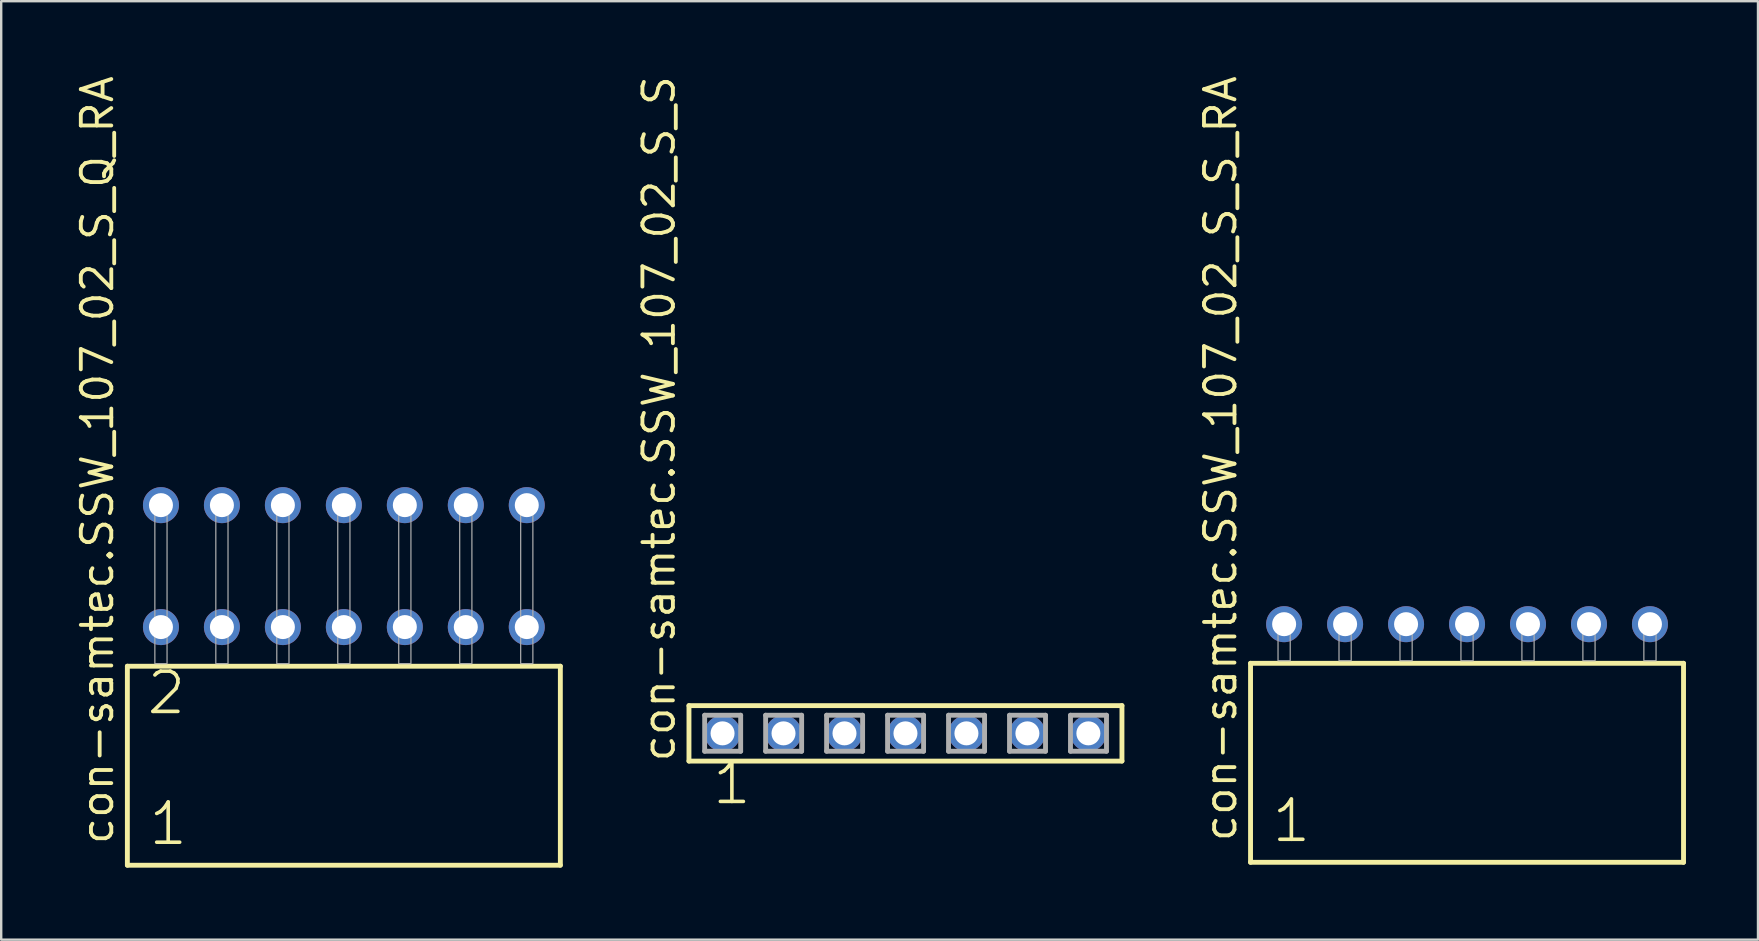
<source format=kicad_pcb>
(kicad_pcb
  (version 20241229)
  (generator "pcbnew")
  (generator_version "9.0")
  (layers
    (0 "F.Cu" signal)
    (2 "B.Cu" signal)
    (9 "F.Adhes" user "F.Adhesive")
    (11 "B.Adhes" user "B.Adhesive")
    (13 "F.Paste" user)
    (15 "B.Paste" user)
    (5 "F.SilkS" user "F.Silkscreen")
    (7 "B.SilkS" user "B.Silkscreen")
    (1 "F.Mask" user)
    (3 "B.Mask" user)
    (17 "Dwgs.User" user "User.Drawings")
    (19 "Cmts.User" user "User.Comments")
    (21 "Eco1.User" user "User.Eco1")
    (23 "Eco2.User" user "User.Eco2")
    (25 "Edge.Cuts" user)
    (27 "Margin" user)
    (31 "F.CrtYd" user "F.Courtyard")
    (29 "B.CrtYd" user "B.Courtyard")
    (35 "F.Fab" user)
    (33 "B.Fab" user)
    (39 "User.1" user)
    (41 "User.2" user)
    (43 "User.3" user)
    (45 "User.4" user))
  (footprint "con-samtec.SSW_107_02_S_S"
    (layer "F.Cu")
    (at 34.671 27.501)
    (property "Reference" "con-samtec.SSW_107_02_S_S" (at -9.525 1.27 90) (layer "F.SilkS") (effects (font (size 1.27 1.27) (thickness 0.16)) (justify left bottom)))
    (attr through_hole)
    (fp_line (start -9.019 -1.155) (end 9.019 -1.155) (stroke (width 0.203) (type default)) (layer "F.SilkS"))
    (fp_line (start -9.019 1.155) (end -9.019 -1.155) (stroke (width 0.203) (type default)) (layer "F.SilkS"))
    (fp_line (start 9.019 -1.155) (end 9.019 1.155) (stroke (width 0.203) (type default)) (layer "F.SilkS"))
    (fp_line (start 9.019 1.155) (end -9.019 1.155) (stroke (width 0.203) (type default)) (layer "F.SilkS"))
    (fp_line (start -8.365 -0.755) (end -6.865 -0.755) (stroke (width 0.203) (type default)) (layer "F.Fab"))
    (fp_line (start -8.365 0.745) (end -8.365 -0.755) (stroke (width 0.203) (type default)) (layer "F.Fab"))
    (fp_line (start -6.865 -0.755) (end -6.865 0.745) (stroke (width 0.203) (type default)) (layer "F.Fab"))
    (fp_line (start -6.865 0.745) (end -8.365 0.745) (stroke (width 0.203) (type default)) (layer "F.Fab"))
    (fp_line (start -5.825 -0.755) (end -4.325 -0.755) (stroke (width 0.203) (type default)) (layer "F.Fab"))
    (fp_line (start -5.825 0.745) (end -5.825 -0.755) (stroke (width 0.203) (type default)) (layer "F.Fab"))
    (fp_line (start -4.325 -0.755) (end -4.325 0.745) (stroke (width 0.203) (type default)) (layer "F.Fab"))
    (fp_line (start -4.325 0.745) (end -5.825 0.745) (stroke (width 0.203) (type default)) (layer "F.Fab"))
    (fp_line (start -3.285 -0.755) (end -1.785 -0.755) (stroke (width 0.203) (type default)) (layer "F.Fab"))
    (fp_line (start -3.285 0.745) (end -3.285 -0.755) (stroke (width 0.203) (type default)) (layer "F.Fab"))
    (fp_line (start -1.785 -0.755) (end -1.785 0.745) (stroke (width 0.203) (type default)) (layer "F.Fab"))
    (fp_line (start -1.785 0.745) (end -3.285 0.745) (stroke (width 0.203) (type default)) (layer "F.Fab"))
    (fp_line (start -0.745 -0.755) (end 0.755 -0.755) (stroke (width 0.203) (type default)) (layer "F.Fab"))
    (fp_line (start -0.745 0.745) (end -0.745 -0.755) (stroke (width 0.203) (type default)) (layer "F.Fab"))
    (fp_line (start 0.755 -0.755) (end 0.755 0.745) (stroke (width 0.203) (type default)) (layer "F.Fab"))
    (fp_line (start 0.755 0.745) (end -0.745 0.745) (stroke (width 0.203) (type default)) (layer "F.Fab"))
    (fp_line (start 1.795 -0.755) (end 3.295 -0.755) (stroke (width 0.203) (type default)) (layer "F.Fab"))
    (fp_line (start 1.795 0.745) (end 1.795 -0.755) (stroke (width 0.203) (type default)) (layer "F.Fab"))
    (fp_line (start 3.295 -0.755) (end 3.295 0.745) (stroke (width 0.203) (type default)) (layer "F.Fab"))
    (fp_line (start 3.295 0.745) (end 1.795 0.745) (stroke (width 0.203) (type default)) (layer "F.Fab"))
    (fp_line (start 4.335 -0.755) (end 5.835 -0.755) (stroke (width 0.203) (type default)) (layer "F.Fab"))
    (fp_line (start 4.335 0.745) (end 4.335 -0.755) (stroke (width 0.203) (type default)) (layer "F.Fab"))
    (fp_line (start 5.835 -0.755) (end 5.835 0.745) (stroke (width 0.203) (type default)) (layer "F.Fab"))
    (fp_line (start 5.835 0.745) (end 4.335 0.745) (stroke (width 0.203) (type default)) (layer "F.Fab"))
    (fp_line (start 6.875 -0.755) (end 8.375 -0.755) (stroke (width 0.203) (type default)) (layer "F.Fab"))
    (fp_line (start 6.875 0.745) (end 6.875 -0.755) (stroke (width 0.203) (type default)) (layer "F.Fab"))
    (fp_line (start 8.375 -0.755) (end 8.375 0.745) (stroke (width 0.203) (type default)) (layer "F.Fab"))
    (fp_line (start 8.375 0.745) (end 6.875 0.745) (stroke (width 0.203) (type default)) (layer "F.Fab"))
    (fp_text user "1" (at -8.128 3.048 0) (layer "F.SilkS") (effects (font (size 1.676 1.676) (thickness 0.15)) (justify left bottom)))
    (pad "1" thru_hole circle (at -7.62 0) (size 1.5 1.5) (drill 1) (layers "*.Cu" "*.Mask"))
    (pad "2" thru_hole circle (at -5.08 0) (size 1.5 1.5) (drill 1) (layers "*.Cu" "*.Mask"))
    (pad "3" thru_hole circle (at -2.54 0) (size 1.5 1.5) (drill 1) (layers "*.Cu" "*.Mask"))
    (pad "4" thru_hole circle (at 0 0) (size 1.5 1.5) (drill 1) (layers "*.Cu" "*.Mask"))
    (pad "5" thru_hole circle (at 2.54 0) (size 1.5 1.5) (drill 1) (layers "*.Cu" "*.Mask"))
    (pad "6" thru_hole circle (at 5.08 0) (size 1.5 1.5) (drill 1) (layers "*.Cu" "*.Mask"))
    (pad "7" thru_hole circle (at 7.62 0) (size 1.5 1.5) (drill 1) (layers "*.Cu" "*.Mask")))
  (footprint "con-samtec.SSW_107_02_S_S_RA"
    (layer "F.Cu")
    (at 58.066 24.477)
    (property "Reference" "con-samtec.SSW_107_02_S_S_RA" (at -9.525 7.62 90) (layer "F.SilkS") (effects (font (size 1.27 1.27) (thickness 0.16)) (justify left bottom)))
    (attr through_hole)
    (fp_line (start -9.019 0.106) (end -9.019 8.396) (stroke (width 0.203) (type default)) (layer "F.SilkS"))
    (fp_line (start -9.019 8.396) (end 9.019 8.396) (stroke (width 0.203) (type default)) (layer "F.SilkS"))
    (fp_line (start 9.019 0.106) (end -9.019 0.106) (stroke (width 0.203) (type default)) (layer "F.SilkS"))
    (fp_line (start 9.019 8.396) (end 9.019 0.106) (stroke (width 0.203) (type default)) (layer "F.SilkS"))
    (fp_rect (start -7.874 0) (end -7.366 -1.778) (stroke (width 0.05) (type default)) (fill no) (layer "F.Fab"))
    (fp_rect (start -5.334 0) (end -4.826 -1.778) (stroke (width 0.05) (type default)) (fill no) (layer "F.Fab"))
    (fp_rect (start -2.794 0) (end -2.286 -1.778) (stroke (width 0.05) (type default)) (fill no) (layer "F.Fab"))
    (fp_rect (start -0.254 0) (end 0.254 -1.778) (stroke (width 0.05) (type default)) (fill no) (layer "F.Fab"))
    (fp_rect (start 2.286 0) (end 2.794 -1.778) (stroke (width 0.05) (type default)) (fill no) (layer "F.Fab"))
    (fp_rect (start 4.826 0) (end 5.334 -1.778) (stroke (width 0.05) (type default)) (fill no) (layer "F.Fab"))
    (fp_rect (start 7.366 0) (end 7.874 -1.778) (stroke (width 0.05) (type default)) (fill no) (layer "F.Fab"))
    (fp_text user "1" (at -8.215 7.65 0) (layer "F.SilkS") (effects (font (size 1.676 1.676) (thickness 0.15)) (justify left bottom)))
    (pad "1" thru_hole circle (at -7.62 -1.524) (size 1.5 1.5) (drill 1) (layers "*.Cu" "*.Mask"))
    (pad "2" thru_hole circle (at -5.08 -1.524) (size 1.5 1.5) (drill 1) (layers "*.Cu" "*.Mask"))
    (pad "3" thru_hole circle (at -2.54 -1.524) (size 1.5 1.5) (drill 1) (layers "*.Cu" "*.Mask"))
    (pad "4" thru_hole circle (at 0 -1.524) (size 1.5 1.5) (drill 1) (layers "*.Cu" "*.Mask"))
    (pad "5" thru_hole circle (at 2.54 -1.524) (size 1.5 1.5) (drill 1) (layers "*.Cu" "*.Mask"))
    (pad "6" thru_hole circle (at 5.08 -1.524) (size 1.5 1.5) (drill 1) (layers "*.Cu" "*.Mask"))
    (pad "7" thru_hole circle (at 7.62 -1.524) (size 1.5 1.5) (drill 1) (layers "*.Cu" "*.Mask")))
  (footprint "con-samtec.SSW_107_02_S_Q_RA"
    (layer "F.Cu")
    (at 11.275 24.598)
    (property "Reference" "con-samtec.SSW_107_02_S_Q_RA" (at -9.525 7.62 90) (layer "F.SilkS") (effects (font (size 1.27 1.27) (thickness 0.16)) (justify left bottom)))
    (attr through_hole)
    (fp_line (start -9.019 0.106) (end -9.019 8.396) (stroke (width 0.203) (type default)) (layer "F.SilkS"))
    (fp_line (start -9.019 8.396) (end 9.019 8.396) (stroke (width 0.203) (type default)) (layer "F.SilkS"))
    (fp_line (start 9.019 0.106) (end -9.019 0.106) (stroke (width 0.203) (type default)) (layer "F.SilkS"))
    (fp_line (start 9.019 8.396) (end 9.019 0.106) (stroke (width 0.203) (type default)) (layer "F.SilkS"))
    (fp_rect (start -7.874 0) (end -7.366 -6.858) (stroke (width 0.05) (type default)) (fill no) (layer "F.Fab"))
    (fp_rect (start -5.334 0) (end -4.826 -6.858) (stroke (width 0.05) (type default)) (fill no) (layer "F.Fab"))
    (fp_rect (start -2.794 0) (end -2.286 -6.858) (stroke (width 0.05) (type default)) (fill no) (layer "F.Fab"))
    (fp_rect (start -0.254 0) (end 0.254 -6.858) (stroke (width 0.05) (type default)) (fill no) (layer "F.Fab"))
    (fp_rect (start 2.286 0) (end 2.794 -6.858) (stroke (width 0.05) (type default)) (fill no) (layer "F.Fab"))
    (fp_rect (start 4.826 0) (end 5.334 -6.858) (stroke (width 0.05) (type default)) (fill no) (layer "F.Fab"))
    (fp_rect (start 7.366 0) (end 7.874 -6.858) (stroke (width 0.05) (type default)) (fill no) (layer "F.Fab"))
    (fp_text user "2" (at -8.29 2.2 0) (layer "F.SilkS") (effects (font (size 1.676 1.676) (thickness 0.15)) (justify left bottom)))
    (fp_text user "1" (at -8.215 7.65 0) (layer "F.SilkS") (effects (font (size 1.676 1.676) (thickness 0.15)) (justify left bottom)))
    (pad "1" thru_hole circle (at -7.62 -1.524) (size 1.5 1.5) (drill 1) (layers "*.Cu" "*.Mask"))
    (pad "2" thru_hole circle (at -7.62 -6.604) (size 1.5 1.5) (drill 1) (layers "*.Cu" "*.Mask"))
    (pad "3" thru_hole circle (at -5.08 -1.524) (size 1.5 1.5) (drill 1) (layers "*.Cu" "*.Mask"))
    (pad "4" thru_hole circle (at -5.08 -6.604) (size 1.5 1.5) (drill 1) (layers "*.Cu" "*.Mask"))
    (pad "5" thru_hole circle (at -2.54 -1.524) (size 1.5 1.5) (drill 1) (layers "*.Cu" "*.Mask"))
    (pad "6" thru_hole circle (at -2.54 -6.604) (size 1.5 1.5) (drill 1) (layers "*.Cu" "*.Mask"))
    (pad "7" thru_hole circle (at 0 -1.524) (size 1.5 1.5) (drill 1) (layers "*.Cu" "*.Mask"))
    (pad "8" thru_hole circle (at 0 -6.604) (size 1.5 1.5) (drill 1) (layers "*.Cu" "*.Mask"))
    (pad "9" thru_hole circle (at 2.54 -1.524) (size 1.5 1.5) (drill 1) (layers "*.Cu" "*.Mask"))
    (pad "10" thru_hole circle (at 2.54 -6.604) (size 1.5 1.5) (drill 1) (layers "*.Cu" "*.Mask"))
    (pad "11" thru_hole circle (at 5.08 -1.524) (size 1.5 1.5) (drill 1) (layers "*.Cu" "*.Mask"))
    (pad "12" thru_hole circle (at 5.08 -6.604) (size 1.5 1.5) (drill 1) (layers "*.Cu" "*.Mask"))
    (pad "13" thru_hole circle (at 7.62 -1.524) (size 1.5 1.5) (drill 1) (layers "*.Cu" "*.Mask"))
    (pad "14" thru_hole circle (at 7.62 -6.604) (size 1.5 1.5) (drill 1) (layers "*.Cu" "*.Mask")))
  (gr_rect
    (start -3 -3)
    (end 70.187 36.096)
    (stroke (width 0.1) (type default))
    (fill no)
    (layer "Edge.Cuts")))
</source>
